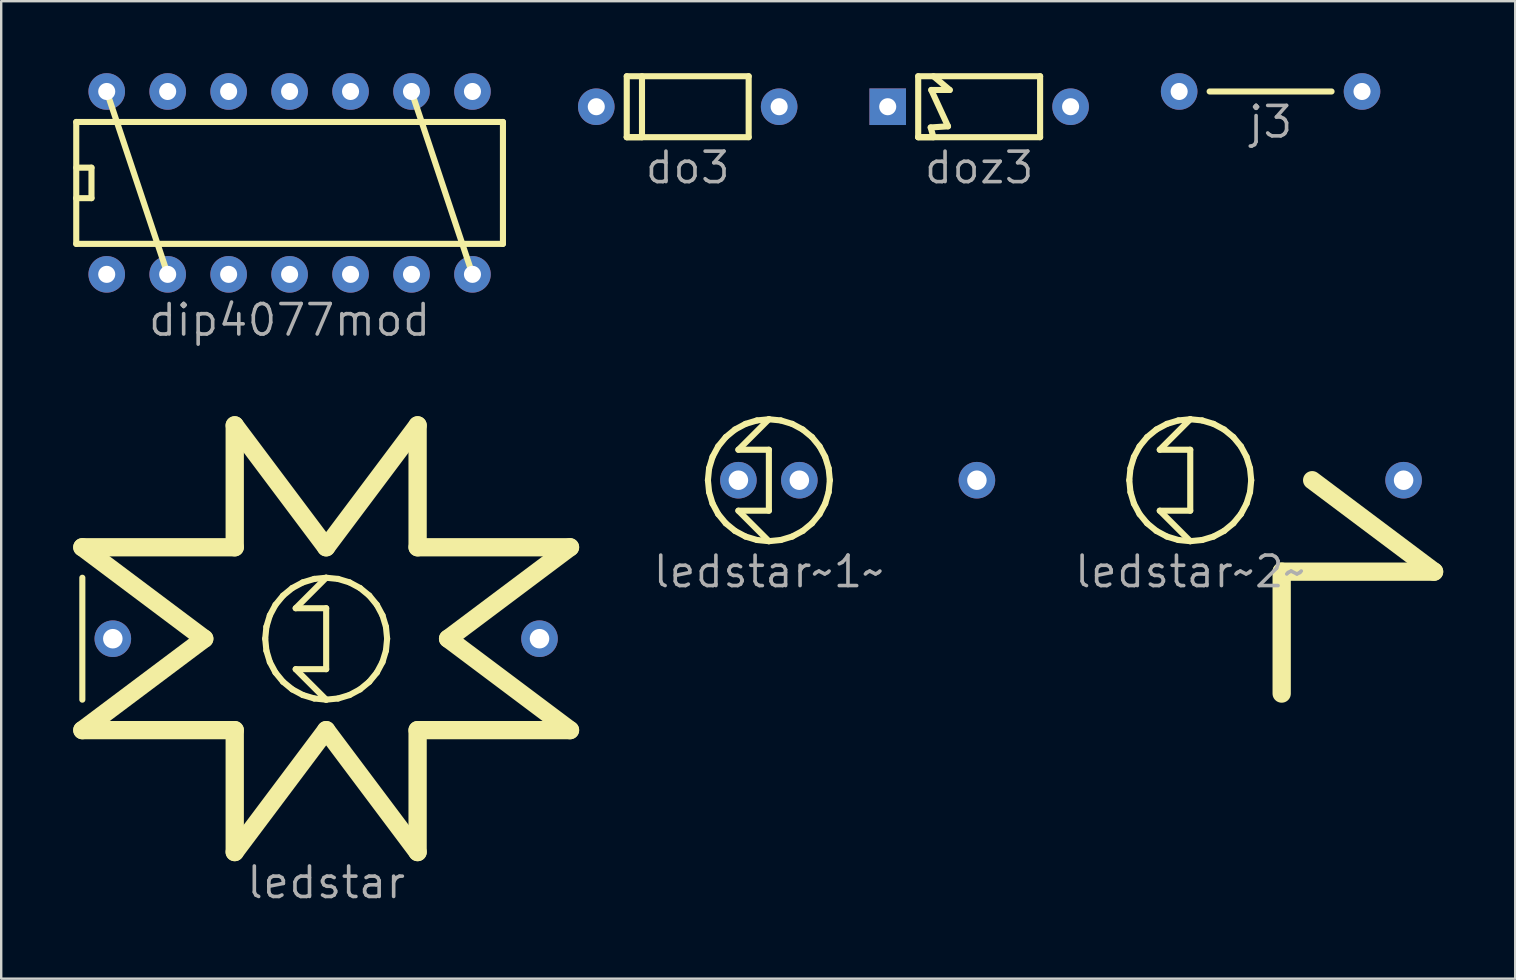
<source format=kicad_pcb>
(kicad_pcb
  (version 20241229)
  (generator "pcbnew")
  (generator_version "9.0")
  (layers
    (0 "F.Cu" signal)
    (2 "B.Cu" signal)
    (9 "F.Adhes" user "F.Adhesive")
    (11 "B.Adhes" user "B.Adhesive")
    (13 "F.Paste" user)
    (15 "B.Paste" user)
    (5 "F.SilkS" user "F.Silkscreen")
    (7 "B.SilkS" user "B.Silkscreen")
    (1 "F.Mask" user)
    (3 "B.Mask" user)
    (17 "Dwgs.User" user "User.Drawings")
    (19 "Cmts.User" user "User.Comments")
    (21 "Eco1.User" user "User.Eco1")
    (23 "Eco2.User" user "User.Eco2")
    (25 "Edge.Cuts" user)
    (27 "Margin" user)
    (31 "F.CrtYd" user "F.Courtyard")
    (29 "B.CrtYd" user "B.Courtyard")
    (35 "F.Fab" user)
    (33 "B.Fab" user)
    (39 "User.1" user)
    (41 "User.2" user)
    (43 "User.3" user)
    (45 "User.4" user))
  (footprint "ledstar~2~"
    (layer "F.Cu")
    (at 46.546 16.96)
    (property "Reference" "ledstar~2~" (at 0 3.81 0) (layer "F.Fab") (effects (font (size 1.27 1.27) (thickness 0.15))))
    (attr through_hole)
    (fp_line (start -2.491 -0.496) (end -2.54 0) (stroke (width 0.254) (type default)) (layer "F.SilkS"))
    (fp_line (start -2.491 0.496) (end -2.54 0) (stroke (width 0.254) (type default)) (layer "F.SilkS"))
    (fp_line (start -2.347 -0.972) (end -2.491 -0.496) (stroke (width 0.254) (type default)) (layer "F.SilkS"))
    (fp_line (start -2.347 0.972) (end -2.491 0.496) (stroke (width 0.254) (type default)) (layer "F.SilkS"))
    (fp_line (start -2.112 -1.411) (end -2.347 -0.972) (stroke (width 0.254) (type default)) (layer "F.SilkS"))
    (fp_line (start -2.112 1.411) (end -2.347 0.972) (stroke (width 0.254) (type default)) (layer "F.SilkS"))
    (fp_line (start -1.796 -1.796) (end -2.112 -1.411) (stroke (width 0.254) (type default)) (layer "F.SilkS"))
    (fp_line (start -1.796 1.796) (end -2.112 1.411) (stroke (width 0.254) (type default)) (layer "F.SilkS"))
    (fp_line (start -1.411 -2.112) (end -1.796 -1.796) (stroke (width 0.254) (type default)) (layer "F.SilkS"))
    (fp_line (start -1.411 2.112) (end -1.796 1.796) (stroke (width 0.254) (type default)) (layer "F.SilkS"))
    (fp_line (start -1.27 -1.27) (end 0 -1.27) (stroke (width 0.254) (type default)) (layer "F.SilkS"))
    (fp_line (start -1.27 1.27) (end 0 2.54) (stroke (width 0.254) (type default)) (layer "F.SilkS"))
    (fp_line (start -0.972 -2.347) (end -1.411 -2.112) (stroke (width 0.254) (type default)) (layer "F.SilkS"))
    (fp_line (start -0.972 2.347) (end -1.411 2.112) (stroke (width 0.254) (type default)) (layer "F.SilkS"))
    (fp_line (start -0.496 -2.491) (end -0.972 -2.347) (stroke (width 0.254) (type default)) (layer "F.SilkS"))
    (fp_line (start -0.496 2.491) (end -0.972 2.347) (stroke (width 0.254) (type default)) (layer "F.SilkS"))
    (fp_line (start 0 -2.54) (end -1.27 -1.27) (stroke (width 0.254) (type default)) (layer "F.SilkS"))
    (fp_line (start 0 -2.54) (end -0.496 -2.491) (stroke (width 0.254) (type default)) (layer "F.SilkS"))
    (fp_line (start 0 -1.27) (end 0 1.27) (stroke (width 0.254) (type default)) (layer "F.SilkS"))
    (fp_line (start 0 1.27) (end -1.27 1.27) (stroke (width 0.254) (type default)) (layer "F.SilkS"))
    (fp_line (start 0 2.54) (end -0.496 2.491) (stroke (width 0.254) (type default)) (layer "F.SilkS"))
    (fp_line (start 0 2.54) (end 0.496 2.491) (stroke (width 0.254) (type default)) (layer "F.SilkS"))
    (fp_line (start 0.496 -2.491) (end 0 -2.54) (stroke (width 0.254) (type default)) (layer "F.SilkS"))
    (fp_line (start 0.496 2.491) (end 0.972 2.347) (stroke (width 0.254) (type default)) (layer "F.SilkS"))
    (fp_line (start 0.972 -2.347) (end 0.496 -2.491) (stroke (width 0.254) (type default)) (layer "F.SilkS"))
    (fp_line (start 0.972 2.347) (end 1.411 2.112) (stroke (width 0.254) (type default)) (layer "F.SilkS"))
    (fp_line (start 1.411 -2.112) (end 0.972 -2.347) (stroke (width 0.254) (type default)) (layer "F.SilkS"))
    (fp_line (start 1.411 2.112) (end 1.796 1.796) (stroke (width 0.254) (type default)) (layer "F.SilkS"))
    (fp_line (start 1.796 -1.796) (end 1.411 -2.112) (stroke (width 0.254) (type default)) (layer "F.SilkS"))
    (fp_line (start 1.796 1.796) (end 2.112 1.411) (stroke (width 0.254) (type default)) (layer "F.SilkS"))
    (fp_line (start 2.112 -1.411) (end 1.796 -1.796) (stroke (width 0.254) (type default)) (layer "F.SilkS"))
    (fp_line (start 2.112 1.411) (end 2.347 0.972) (stroke (width 0.254) (type default)) (layer "F.SilkS"))
    (fp_line (start 2.347 -0.972) (end 2.112 -1.411) (stroke (width 0.254) (type default)) (layer "F.SilkS"))
    (fp_line (start 2.347 0.972) (end 2.491 0.496) (stroke (width 0.254) (type default)) (layer "F.SilkS"))
    (fp_line (start 2.491 -0.496) (end 2.347 -0.972) (stroke (width 0.254) (type default)) (layer "F.SilkS"))
    (fp_line (start 2.491 0.496) (end 2.54 0) (stroke (width 0.254) (type default)) (layer "F.SilkS"))
    (fp_line (start 2.54 0) (end 2.491 -0.496) (stroke (width 0.254) (type default)) (layer "F.SilkS"))
    (fp_line (start 3.81 3.81) (end 10.16 3.81) (stroke (width 0.762) (type default)) (layer "F.SilkS"))
    (fp_line (start 3.81 8.89) (end 3.81 3.81) (stroke (width 0.762) (type default)) (layer "F.SilkS"))
    (fp_line (start 10.16 3.81) (end 5.08 0) (stroke (width 0.762) (type default)) (layer "F.SilkS"))
    (pad "1" thru_hole circle (at -8.89 0) (size 1.524 1.524) (drill 0.813) (layers "*.Cu" "*.Mask"))
    (pad "2" thru_hole circle (at 8.89 0) (size 1.524 1.524) (drill 0.813) (layers "*.Cu" "*.Mask")))
  (footprint "do3"
    (layer "F.Cu")
    (at 21.796 1.397)
    (property "Reference" "do3" (at 3.81 2.54 0) (layer "F.Fab") (effects (font (size 1.27 1.27) (thickness 0.15))))
    (attr through_hole)
    (fp_line (start 1.27 -1.27) (end 6.35 -1.27) (stroke (width 0.254) (type default)) (layer "F.SilkS"))
    (fp_line (start 1.27 1.27) (end 1.27 -1.27) (stroke (width 0.254) (type default)) (layer "F.SilkS"))
    (fp_line (start 1.905 -1.27) (end 1.905 1.27) (stroke (width 0.254) (type default)) (layer "F.SilkS"))
    (fp_line (start 1.905 1.27) (end 1.27 1.27) (stroke (width 0.254) (type default)) (layer "F.SilkS"))
    (fp_line (start 6.35 -1.27) (end 6.35 1.27) (stroke (width 0.254) (type default)) (layer "F.SilkS"))
    (fp_line (start 6.35 1.27) (end 1.27 1.27) (stroke (width 0.254) (type default)) (layer "F.SilkS"))
    (pad "1" thru_hole circle (at 0 0) (size 1.524 1.524) (drill 0.711) (layers "*.Cu" "*.Mask"))
    (pad "2" thru_hole circle (at 7.62 0) (size 1.524 1.524) (drill 0.711) (layers "*.Cu" "*.Mask")))
  (footprint "doz3"
    (layer "F.Cu")
    (at 33.94 1.397)
    (property "Reference" "doz3" (at 3.81 2.54 0) (layer "F.Fab") (effects (font (size 1.27 1.27) (thickness 0.15))))
    (attr through_hole)
    (fp_line (start 1.27 -1.27) (end 6.35 -1.27) (stroke (width 0.254) (type default)) (layer "F.SilkS"))
    (fp_line (start 1.27 1.27) (end 1.27 -1.27) (stroke (width 0.254) (type default)) (layer "F.SilkS"))
    (fp_line (start 1.791 0.864) (end 1.905 1.27) (stroke (width 0.254) (type default)) (layer "F.SilkS"))
    (fp_line (start 1.815 -0.698) (end 2.512 0.816) (stroke (width 0.254) (type default)) (layer "F.SilkS"))
    (fp_line (start 1.905 -1.27) (end 2.584 -0.698) (stroke (width 0.254) (type default)) (layer "F.SilkS"))
    (fp_line (start 1.905 1.27) (end 1.27 1.27) (stroke (width 0.254) (type default)) (layer "F.SilkS"))
    (fp_line (start 2.512 0.816) (end 1.791 0.864) (stroke (width 0.254) (type default)) (layer "F.SilkS"))
    (fp_line (start 2.584 -0.698) (end 1.815 -0.698) (stroke (width 0.254) (type default)) (layer "F.SilkS"))
    (fp_line (start 6.35 -1.27) (end 6.35 1.27) (stroke (width 0.254) (type default)) (layer "F.SilkS"))
    (fp_line (start 6.35 1.27) (end 1.27 1.27) (stroke (width 0.254) (type default)) (layer "F.SilkS"))
    (pad "1" thru_hole rect (at 0 0) (size 1.524 1.524) (drill 0.711) (layers "*.Cu" "*.Mask"))
    (pad "2" thru_hole circle (at 7.62 0) (size 1.524 1.524) (drill 0.711) (layers "*.Cu" "*.Mask")))
  (footprint "dip4077mod"
    (layer "F.Cu")
    (at 1.397 0.762)
    (property "Reference" "dip4077mod" (at 7.62 9.525 0) (layer "F.Fab") (effects (font (size 1.27 1.27) (thickness 0.15))))
    (attr through_hole)
    (fp_line (start -1.27 1.27) (end -1.27 6.35) (stroke (width 0.254) (type default)) (layer "F.SilkS"))
    (fp_line (start -1.27 4.445) (end -1.27 4.445) (stroke (width 0.254) (type default)) (layer "F.SilkS"))
    (fp_line (start -1.27 4.445) (end -0.635 4.445) (stroke (width 0.254) (type default)) (layer "F.SilkS"))
    (fp_line (start -1.27 6.35) (end 16.51 6.35) (stroke (width 0.254) (type default)) (layer "F.SilkS"))
    (fp_line (start -0.635 3.175) (end -1.27 3.175) (stroke (width 0.254) (type default)) (layer "F.SilkS"))
    (fp_line (start -0.635 4.445) (end -0.635 3.175) (stroke (width 0.254) (type default)) (layer "F.SilkS"))
    (fp_line (start 2.54 7.62) (end 0 0) (stroke (width 0.254) (type default)) (layer "F.SilkS"))
    (fp_line (start 15.24 7.62) (end 12.7 0) (stroke (width 0.254) (type default)) (layer "F.SilkS"))
    (fp_line (start 16.51 1.27) (end -1.27 1.27) (stroke (width 0.254) (type default)) (layer "F.SilkS"))
    (fp_line (start 16.51 6.35) (end 16.51 1.27) (stroke (width 0.254) (type default)) (layer "F.SilkS"))
    (pad "1" thru_hole circle (at 0 7.62) (size 1.524 1.524) (drill 0.711) (layers "*.Cu" "*.Mask"))
    (pad "2" thru_hole circle (at 2.54 7.62) (size 1.524 1.524) (drill 0.711) (layers "*.Cu" "*.Mask"))
    (pad "3" thru_hole circle (at 5.08 7.62) (size 1.524 1.524) (drill 0.711) (layers "*.Cu" "*.Mask"))
    (pad "4" thru_hole circle (at 7.62 7.62) (size 1.524 1.524) (drill 0.711) (layers "*.Cu" "*.Mask"))
    (pad "5" thru_hole circle (at 10.16 7.62) (size 1.524 1.524) (drill 0.711) (layers "*.Cu" "*.Mask"))
    (pad "6" thru_hole circle (at 12.7 7.62) (size 1.524 1.524) (drill 0.711) (layers "*.Cu" "*.Mask"))
    (pad "7" thru_hole circle (at 15.24 7.62) (size 1.524 1.524) (drill 0.711) (layers "*.Cu" "*.Mask"))
    (pad "8" thru_hole circle (at 15.24 0) (size 1.524 1.524) (drill 0.711) (layers "*.Cu" "*.Mask"))
    (pad "9" thru_hole circle (at 12.7 0) (size 1.524 1.524) (drill 0.711) (layers "*.Cu" "*.Mask"))
    (pad "10" thru_hole circle (at 10.16 0) (size 1.524 1.524) (drill 0.711) (layers "*.Cu" "*.Mask"))
    (pad "11" thru_hole circle (at 7.62 0) (size 1.524 1.524) (drill 0.711) (layers "*.Cu" "*.Mask"))
    (pad "12" thru_hole circle (at 5.08 0) (size 1.524 1.524) (drill 0.711) (layers "*.Cu" "*.Mask"))
    (pad "13" thru_hole circle (at 2.54 0) (size 1.524 1.524) (drill 0.711) (layers "*.Cu" "*.Mask"))
    (pad "14" thru_hole circle (at 0 0) (size 1.524 1.524) (drill 0.711) (layers "*.Cu" "*.Mask")))
  (footprint "ledstar"
    (layer "F.Cu")
    (at 10.541 23.564)
    (property "Reference" "ledstar" (at 0 10.16 0) (layer "F.Fab") (effects (font (size 1.27 1.27) (thickness 0.15))))
    (attr through_hole)
    (fp_line (start -10.16 -3.81) (end -5.08 0) (stroke (width 0.762) (type default)) (layer "F.SilkS"))
    (fp_line (start -10.16 2.54) (end -10.16 -2.54) (stroke (width 0.254) (type default)) (layer "F.SilkS"))
    (fp_line (start -10.16 3.81) (end -3.81 3.81) (stroke (width 0.762) (type default)) (layer "F.SilkS"))
    (fp_line (start -5.08 0) (end -10.16 3.81) (stroke (width 0.762) (type default)) (layer "F.SilkS"))
    (fp_line (start -3.81 -8.89) (end -3.81 -3.81) (stroke (width 0.762) (type default)) (layer "F.SilkS"))
    (fp_line (start -3.81 -3.81) (end -10.16 -3.81) (stroke (width 0.762) (type default)) (layer "F.SilkS"))
    (fp_line (start -3.81 3.81) (end -3.81 8.89) (stroke (width 0.762) (type default)) (layer "F.SilkS"))
    (fp_line (start -3.81 8.89) (end 0 3.81) (stroke (width 0.762) (type default)) (layer "F.SilkS"))
    (fp_line (start -2.491 -0.496) (end -2.54 0) (stroke (width 0.254) (type default)) (layer "F.SilkS"))
    (fp_line (start -2.491 0.496) (end -2.54 0) (stroke (width 0.254) (type default)) (layer "F.SilkS"))
    (fp_line (start -2.347 -0.972) (end -2.491 -0.496) (stroke (width 0.254) (type default)) (layer "F.SilkS"))
    (fp_line (start -2.347 0.972) (end -2.491 0.496) (stroke (width 0.254) (type default)) (layer "F.SilkS"))
    (fp_line (start -2.112 -1.411) (end -2.347 -0.972) (stroke (width 0.254) (type default)) (layer "F.SilkS"))
    (fp_line (start -2.112 1.411) (end -2.347 0.972) (stroke (width 0.254) (type default)) (layer "F.SilkS"))
    (fp_line (start -1.796 -1.796) (end -2.112 -1.411) (stroke (width 0.254) (type default)) (layer "F.SilkS"))
    (fp_line (start -1.796 1.796) (end -2.112 1.411) (stroke (width 0.254) (type default)) (layer "F.SilkS"))
    (fp_line (start -1.411 -2.112) (end -1.796 -1.796) (stroke (width 0.254) (type default)) (layer "F.SilkS"))
    (fp_line (start -1.411 2.112) (end -1.796 1.796) (stroke (width 0.254) (type default)) (layer "F.SilkS"))
    (fp_line (start -1.27 -1.27) (end 0 -1.27) (stroke (width 0.254) (type default)) (layer "F.SilkS"))
    (fp_line (start -1.27 1.27) (end 0 2.54) (stroke (width 0.254) (type default)) (layer "F.SilkS"))
    (fp_line (start -0.972 -2.347) (end -1.411 -2.112) (stroke (width 0.254) (type default)) (layer "F.SilkS"))
    (fp_line (start -0.972 2.347) (end -1.411 2.112) (stroke (width 0.254) (type default)) (layer "F.SilkS"))
    (fp_line (start -0.496 -2.491) (end -0.972 -2.347) (stroke (width 0.254) (type default)) (layer "F.SilkS"))
    (fp_line (start -0.496 2.491) (end -0.972 2.347) (stroke (width 0.254) (type default)) (layer "F.SilkS"))
    (fp_line (start 0 -3.81) (end -3.81 -8.89) (stroke (width 0.762) (type default)) (layer "F.SilkS"))
    (fp_line (start 0 -2.54) (end -1.27 -1.27) (stroke (width 0.254) (type default)) (layer "F.SilkS"))
    (fp_line (start 0 -2.54) (end -0.496 -2.491) (stroke (width 0.254) (type default)) (layer "F.SilkS"))
    (fp_line (start 0 -1.27) (end 0 1.27) (stroke (width 0.254) (type default)) (layer "F.SilkS"))
    (fp_line (start 0 1.27) (end -1.27 1.27) (stroke (width 0.254) (type default)) (layer "F.SilkS"))
    (fp_line (start 0 2.54) (end -0.496 2.491) (stroke (width 0.254) (type default)) (layer "F.SilkS"))
    (fp_line (start 0 2.54) (end 0.496 2.491) (stroke (width 0.254) (type default)) (layer "F.SilkS"))
    (fp_line (start 0 3.81) (end 3.81 8.89) (stroke (width 0.762) (type default)) (layer "F.SilkS"))
    (fp_line (start 0.496 -2.491) (end 0 -2.54) (stroke (width 0.254) (type default)) (layer "F.SilkS"))
    (fp_line (start 0.496 2.491) (end 0.972 2.347) (stroke (width 0.254) (type default)) (layer "F.SilkS"))
    (fp_line (start 0.972 -2.347) (end 0.496 -2.491) (stroke (width 0.254) (type default)) (layer "F.SilkS"))
    (fp_line (start 0.972 2.347) (end 1.411 2.112) (stroke (width 0.254) (type default)) (layer "F.SilkS"))
    (fp_line (start 1.411 -2.112) (end 0.972 -2.347) (stroke (width 0.254) (type default)) (layer "F.SilkS"))
    (fp_line (start 1.411 2.112) (end 1.796 1.796) (stroke (width 0.254) (type default)) (layer "F.SilkS"))
    (fp_line (start 1.796 -1.796) (end 1.411 -2.112) (stroke (width 0.254) (type default)) (layer "F.SilkS"))
    (fp_line (start 1.796 1.796) (end 2.112 1.411) (stroke (width 0.254) (type default)) (layer "F.SilkS"))
    (fp_line (start 2.112 -1.411) (end 1.796 -1.796) (stroke (width 0.254) (type default)) (layer "F.SilkS"))
    (fp_line (start 2.112 1.411) (end 2.347 0.972) (stroke (width 0.254) (type default)) (layer "F.SilkS"))
    (fp_line (start 2.347 -0.972) (end 2.112 -1.411) (stroke (width 0.254) (type default)) (layer "F.SilkS"))
    (fp_line (start 2.347 0.972) (end 2.491 0.496) (stroke (width 0.254) (type default)) (layer "F.SilkS"))
    (fp_line (start 2.491 -0.496) (end 2.347 -0.972) (stroke (width 0.254) (type default)) (layer "F.SilkS"))
    (fp_line (start 2.491 0.496) (end 2.54 0) (stroke (width 0.254) (type default)) (layer "F.SilkS"))
    (fp_line (start 2.54 0) (end 2.491 -0.496) (stroke (width 0.254) (type default)) (layer "F.SilkS"))
    (fp_line (start 3.81 -8.89) (end 0 -3.81) (stroke (width 0.762) (type default)) (layer "F.SilkS"))
    (fp_line (start 3.81 -3.81) (end 3.81 -8.89) (stroke (width 0.762) (type default)) (layer "F.SilkS"))
    (fp_line (start 3.81 3.81) (end 10.16 3.81) (stroke (width 0.762) (type default)) (layer "F.SilkS"))
    (fp_line (start 3.81 8.89) (end 3.81 3.81) (stroke (width 0.762) (type default)) (layer "F.SilkS"))
    (fp_line (start 5.08 0) (end 10.16 -3.81) (stroke (width 0.762) (type default)) (layer "F.SilkS"))
    (fp_line (start 10.16 -3.81) (end 3.81 -3.81) (stroke (width 0.762) (type default)) (layer "F.SilkS"))
    (fp_line (start 10.16 3.81) (end 5.08 0) (stroke (width 0.762) (type default)) (layer "F.SilkS"))
    (pad "1" thru_hole circle (at 8.89 0) (size 1.524 1.524) (drill 0.813) (layers "*.Cu" "*.Mask"))
    (pad "2" thru_hole circle (at -8.89 0) (size 1.524 1.524) (drill 0.813) (layers "*.Cu" "*.Mask")))
  (footprint "j3"
    (layer "F.Cu")
    (at 46.084 0.762)
    (property "Reference" "j3" (at 3.81 1.27 0) (layer "F.Fab") (effects (font (size 1.27 1.27) (thickness 0.15))))
    (attr through_hole)
    (fp_line (start 6.35 0) (end 1.27 0) (stroke (width 0.254) (type default)) (layer "F.SilkS"))
    (pad "1" thru_hole circle (at 7.62 0) (size 1.524 1.524) (drill 0.711) (layers "*.Cu" "*.Mask"))
    (pad "2" thru_hole circle (at 0 0) (size 1.524 1.524) (drill 0.711) (layers "*.Cu" "*.Mask")))
  (footprint "ledstar~1~"
    (layer "F.Cu")
    (at 27.718 16.96)
    (property "Reference" "ledstar~1~" (at 1.27 3.81 0) (layer "F.Fab") (effects (font (size 1.27 1.27) (thickness 0.15))))
    (attr through_hole)
    (fp_line (start -1.221 -0.496) (end -1.27 0) (stroke (width 0.254) (type default)) (layer "F.SilkS"))
    (fp_line (start -1.221 0.496) (end -1.27 0) (stroke (width 0.254) (type default)) (layer "F.SilkS"))
    (fp_line (start -1.077 -0.972) (end -1.221 -0.496) (stroke (width 0.254) (type default)) (layer "F.SilkS"))
    (fp_line (start -1.077 0.972) (end -1.221 0.496) (stroke (width 0.254) (type default)) (layer "F.SilkS"))
    (fp_line (start -0.842 -1.411) (end -1.077 -0.972) (stroke (width 0.254) (type default)) (layer "F.SilkS"))
    (fp_line (start -0.842 1.411) (end -1.077 0.972) (stroke (width 0.254) (type default)) (layer "F.SilkS"))
    (fp_line (start -0.526 -1.796) (end -0.842 -1.411) (stroke (width 0.254) (type default)) (layer "F.SilkS"))
    (fp_line (start -0.526 1.796) (end -0.842 1.411) (stroke (width 0.254) (type default)) (layer "F.SilkS"))
    (fp_line (start -0.141 -2.112) (end -0.526 -1.796) (stroke (width 0.254) (type default)) (layer "F.SilkS"))
    (fp_line (start -0.141 2.112) (end -0.526 1.796) (stroke (width 0.254) (type default)) (layer "F.SilkS"))
    (fp_line (start 0 -1.27) (end 1.27 -1.27) (stroke (width 0.254) (type default)) (layer "F.SilkS"))
    (fp_line (start 0 1.27) (end 1.27 2.54) (stroke (width 0.254) (type default)) (layer "F.SilkS"))
    (fp_line (start 0.298 -2.347) (end -0.141 -2.112) (stroke (width 0.254) (type default)) (layer "F.SilkS"))
    (fp_line (start 0.298 2.347) (end -0.141 2.112) (stroke (width 0.254) (type default)) (layer "F.SilkS"))
    (fp_line (start 0.774 -2.491) (end 0.298 -2.347) (stroke (width 0.254) (type default)) (layer "F.SilkS"))
    (fp_line (start 0.774 2.491) (end 0.298 2.347) (stroke (width 0.254) (type default)) (layer "F.SilkS"))
    (fp_line (start 1.27 -2.54) (end 0 -1.27) (stroke (width 0.254) (type default)) (layer "F.SilkS"))
    (fp_line (start 1.27 -2.54) (end 0.774 -2.491) (stroke (width 0.254) (type default)) (layer "F.SilkS"))
    (fp_line (start 1.27 -1.27) (end 1.27 1.27) (stroke (width 0.254) (type default)) (layer "F.SilkS"))
    (fp_line (start 1.27 1.27) (end 0 1.27) (stroke (width 0.254) (type default)) (layer "F.SilkS"))
    (fp_line (start 1.27 2.54) (end 0.774 2.491) (stroke (width 0.254) (type default)) (layer "F.SilkS"))
    (fp_line (start 1.27 2.54) (end 1.766 2.491) (stroke (width 0.254) (type default)) (layer "F.SilkS"))
    (fp_line (start 1.766 -2.491) (end 1.27 -2.54) (stroke (width 0.254) (type default)) (layer "F.SilkS"))
    (fp_line (start 1.766 2.491) (end 2.242 2.347) (stroke (width 0.254) (type default)) (layer "F.SilkS"))
    (fp_line (start 2.242 -2.347) (end 1.766 -2.491) (stroke (width 0.254) (type default)) (layer "F.SilkS"))
    (fp_line (start 2.242 2.347) (end 2.681 2.112) (stroke (width 0.254) (type default)) (layer "F.SilkS"))
    (fp_line (start 2.681 -2.112) (end 2.242 -2.347) (stroke (width 0.254) (type default)) (layer "F.SilkS"))
    (fp_line (start 2.681 2.112) (end 3.066 1.796) (stroke (width 0.254) (type default)) (layer "F.SilkS"))
    (fp_line (start 3.066 -1.796) (end 2.681 -2.112) (stroke (width 0.254) (type default)) (layer "F.SilkS"))
    (fp_line (start 3.066 1.796) (end 3.382 1.411) (stroke (width 0.254) (type default)) (layer "F.SilkS"))
    (fp_line (start 3.382 -1.411) (end 3.066 -1.796) (stroke (width 0.254) (type default)) (layer "F.SilkS"))
    (fp_line (start 3.382 1.411) (end 3.617 0.972) (stroke (width 0.254) (type default)) (layer "F.SilkS"))
    (fp_line (start 3.617 -0.972) (end 3.382 -1.411) (stroke (width 0.254) (type default)) (layer "F.SilkS"))
    (fp_line (start 3.617 0.972) (end 3.761 0.496) (stroke (width 0.254) (type default)) (layer "F.SilkS"))
    (fp_line (start 3.761 -0.496) (end 3.617 -0.972) (stroke (width 0.254) (type default)) (layer "F.SilkS"))
    (fp_line (start 3.761 0.496) (end 3.81 0) (stroke (width 0.254) (type default)) (layer "F.SilkS"))
    (fp_line (start 3.81 0) (end 3.761 -0.496) (stroke (width 0.254) (type default)) (layer "F.SilkS"))
    (pad "1" thru_hole circle (at 0 0) (size 1.524 1.524) (drill 0.813) (layers "*.Cu" "*.Mask"))
    (pad "2" thru_hole circle (at 2.54 0) (size 1.524 1.524) (drill 0.813) (layers "*.Cu" "*.Mask")))
  (gr_rect
    (start -3 -3)
    (end 60.087 37.73)
    (stroke (width 0.1) (type default))
    (fill no)
    (layer "Edge.Cuts")))
</source>
